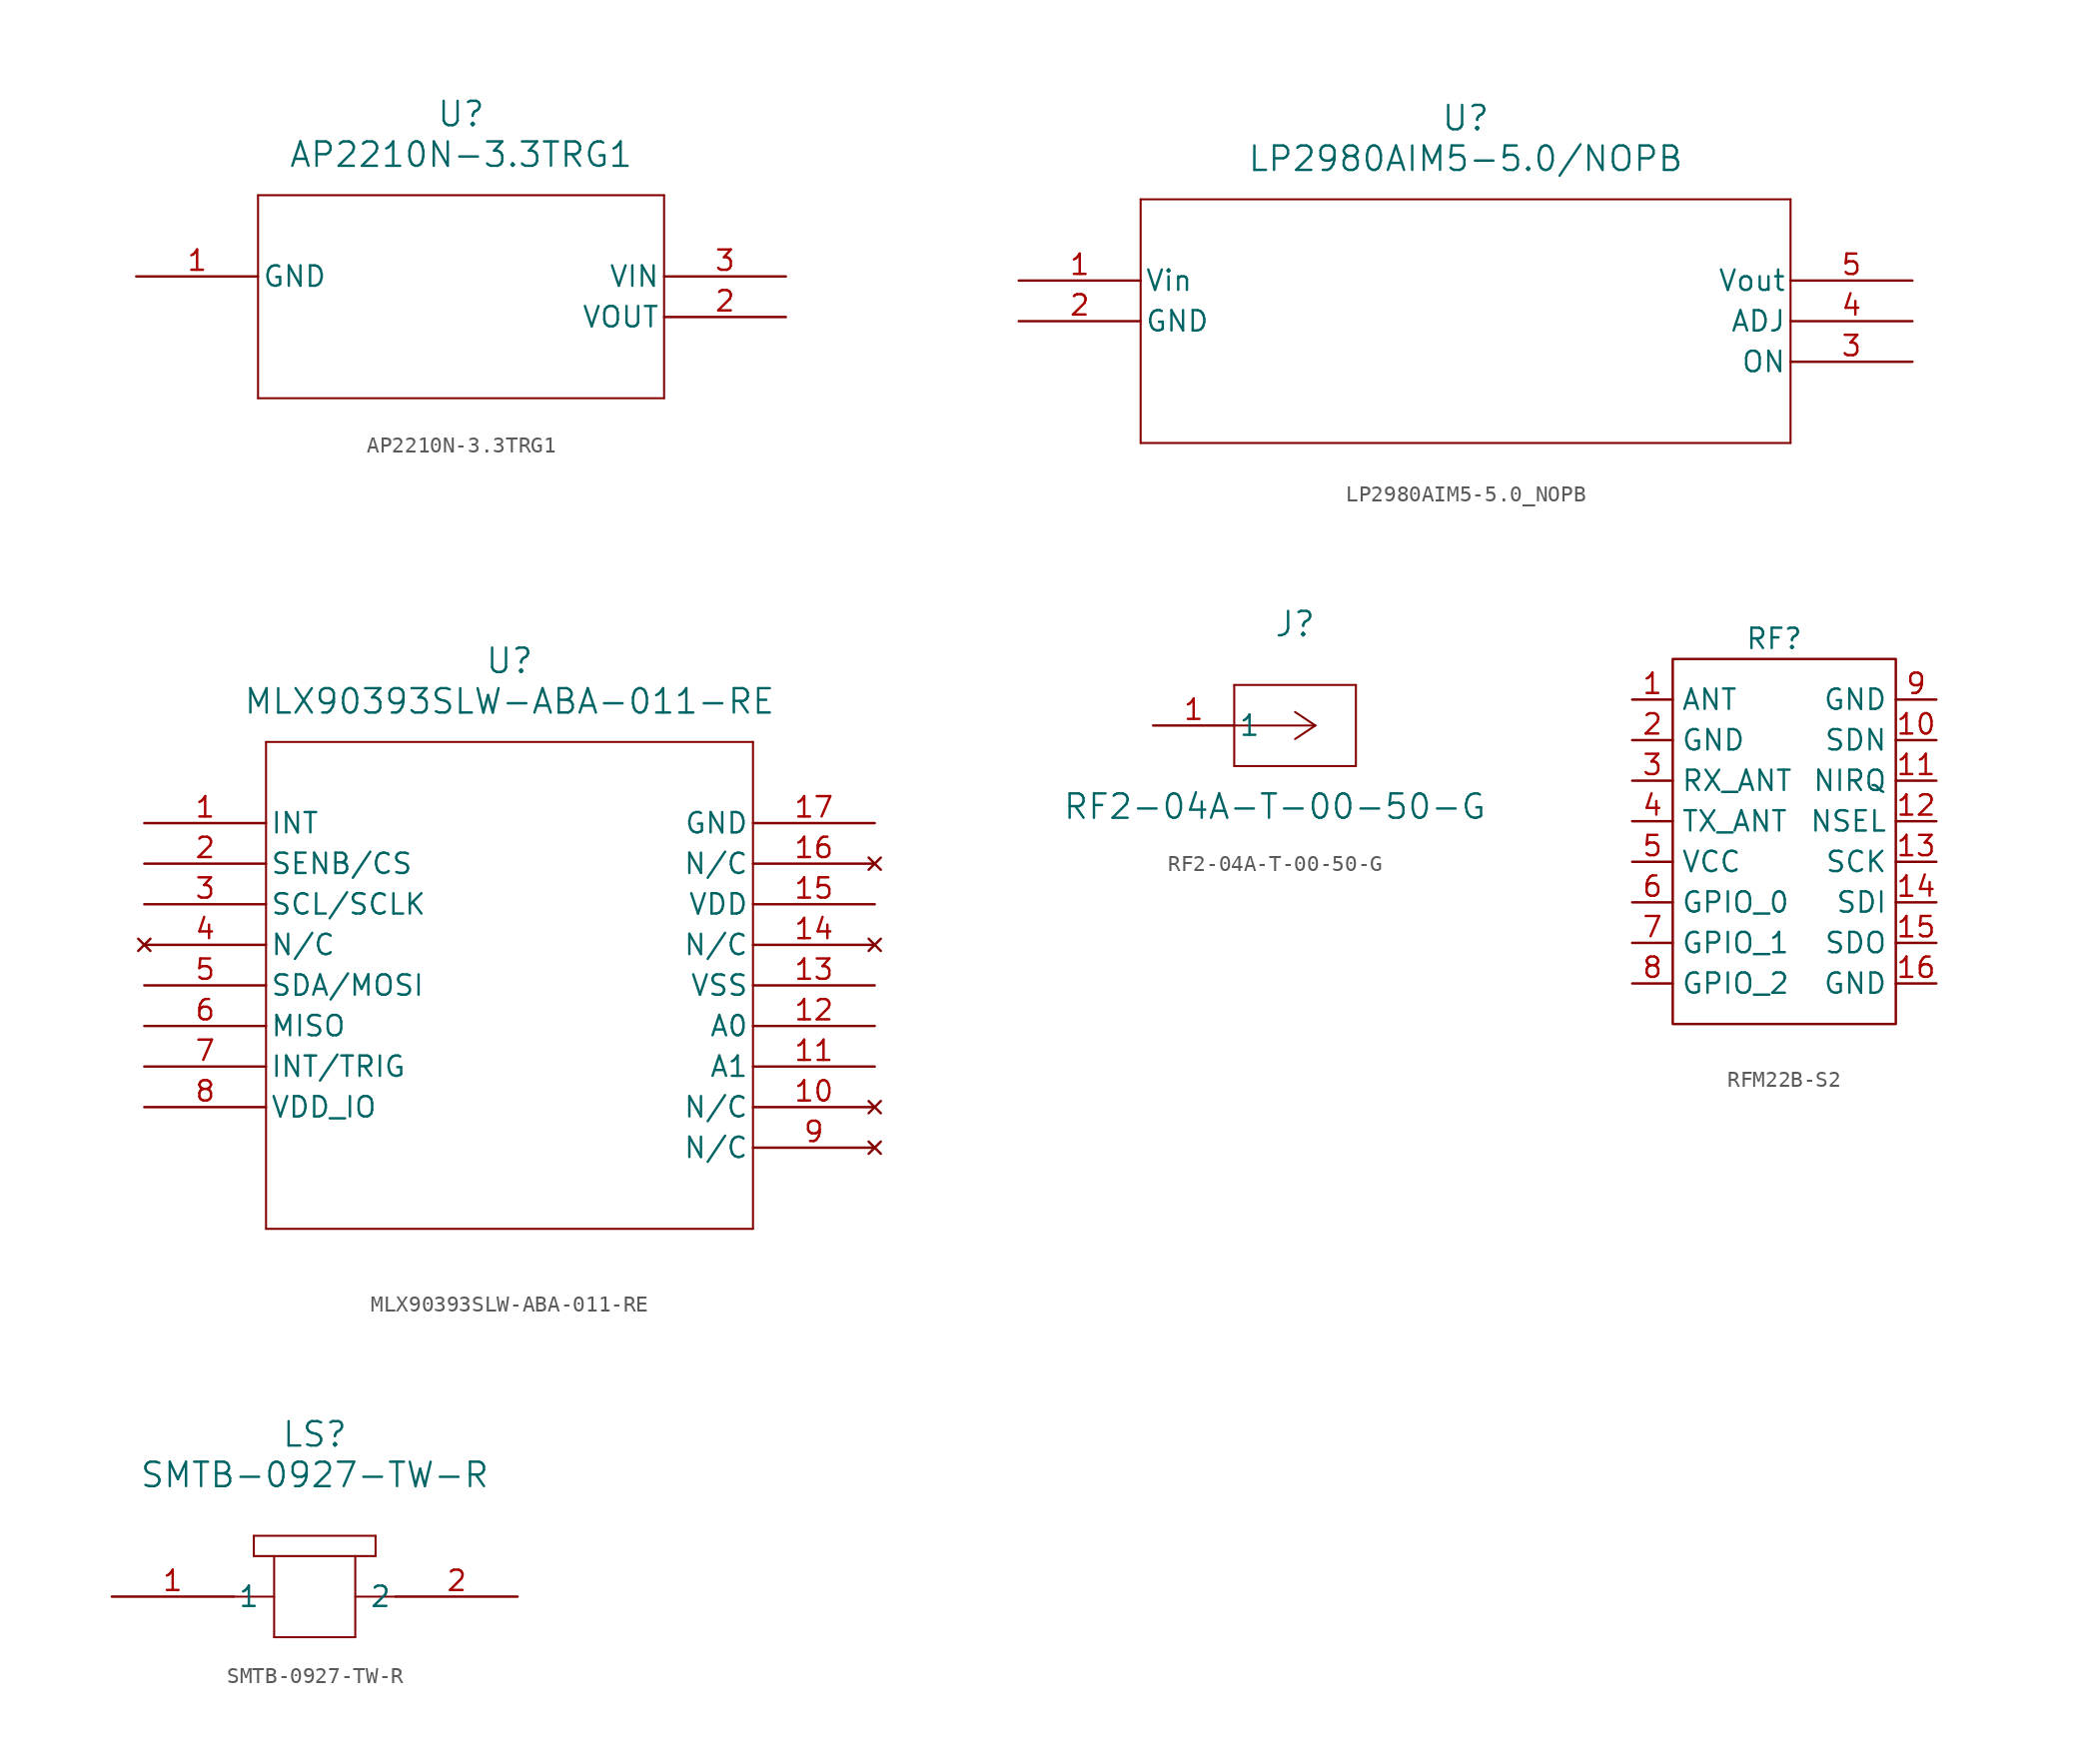
<source format=kicad_sym>
(kicad_symbol_lib
  (version 20220914)
  (generator kicad_symbol_editor)
  (symbol "AP2210N-3.3TRG1"
    (pin_names
      (offset 0.254))
    (property "Reference" "U"
      (at 20.32 10.16 0)
      (effects (font (size 1.524 1.524))))
    (property "Value" "AP2210N-3.3TRG1"
      (at 20.32 7.62 0)
      (effects (font (size 1.524 1.524))))
    (symbol "AP2210N-3.3TRG1_1_1"
      (polyline (pts (xy 7.62 -7.62) (xy 33.02 -7.62)) (stroke (width 0.127) (type default)) (fill (type none)))
      (polyline (pts (xy 7.62 5.08) (xy 7.62 -7.62)) (stroke (width 0.127) (type default)) (fill (type none)))
      (polyline (pts (xy 33.02 -7.62) (xy 33.02 5.08)) (stroke (width 0.127) (type default)) (fill (type none)))
      (polyline (pts (xy 33.02 5.08) (xy 7.62 5.08)) (stroke (width 0.127) (type default)) (fill (type none)))
      (pin power_out line (at 0 0 0) (length 7.62) (name "GND" (effects (font (size 1.27 1.27)))) (number "1" (effects (font (size 1.27 1.27)))))
      (pin output line (at 40.64 -2.54 180) (length 7.62) (name "VOUT" (effects (font (size 1.27 1.27)))) (number "2" (effects (font (size 1.27 1.27)))))
      (pin unspecified line (at 40.64 0 180) (length 7.62) (name "VIN" (effects (font (size 1.27 1.27)))) (number "3" (effects (font (size 1.27 1.27)))))))
  (symbol "LP2980AIM5-5.0_NOPB"
    (pin_names
      (offset 0.254))
    (property "Reference" "U"
      (at 27.94 10.16 0)
      (effects (font (size 1.524 1.524))))
    (property "Value" "LP2980AIM5-5.0/NOPB"
      (at 27.94 7.62 0)
      (effects (font (size 1.524 1.524))))
    (property "ki_locked" ""
      (at 0 0 0)
      (effects (font (size 1.27 1.27))))
    (symbol "LP2980AIM5-5.0_NOPB_1_1"
      (polyline (pts (xy 7.62 -10.16) (xy 48.26 -10.16)) (stroke (width 0.127) (type default)) (fill (type none)))
      (polyline (pts (xy 7.62 5.08) (xy 7.62 -10.16)) (stroke (width 0.127) (type default)) (fill (type none)))
      (polyline (pts (xy 48.26 -10.16) (xy 48.26 5.08)) (stroke (width 0.127) (type default)) (fill (type none)))
      (polyline (pts (xy 48.26 5.08) (xy 7.62 5.08)) (stroke (width 0.127) (type default)) (fill (type none)))
      (pin input line (at 0 0 0) (length 7.62) (name "Vin" (effects (font (size 1.27 1.27)))) (number "1" (effects (font (size 1.27 1.27)))))
      (pin passive line (at 0 -2.54 0) (length 7.62) (name "GND" (effects (font (size 1.27 1.27)))) (number "2" (effects (font (size 1.27 1.27)))))
      (pin passive line (at 55.88 -5.08 180) (length 7.62) (name "ON" (effects (font (size 1.27 1.27)))) (number "3" (effects (font (size 1.27 1.27)))))
      (pin passive line (at 55.88 -2.54 180) (length 7.62) (name "ADJ" (effects (font (size 1.27 1.27)))) (number "4" (effects (font (size 1.27 1.27)))))
      (pin output line (at 55.88 0 180) (length 7.62) (name "Vout" (effects (font (size 1.27 1.27)))) (number "5" (effects (font (size 1.27 1.27)))))))
  (symbol "MLX90393SLW-ABA-011-RE"
    (pin_names
      (offset 0.254))
    (property "Reference" "U"
      (at 22.86 10.16 0)
      (effects (font (size 1.524 1.524))))
    (property "Value" "MLX90393SLW-ABA-011-RE"
      (at 22.86 7.62 0)
      (effects (font (size 1.524 1.524))))
    (symbol "MLX90393SLW-ABA-011-RE_1_1"
      (polyline (pts (xy 7.62 -25.4) (xy 38.1 -25.4)) (stroke (width 0.127) (type default)) (fill (type none)))
      (polyline (pts (xy 7.62 5.08) (xy 7.62 -25.4)) (stroke (width 0.127) (type default)) (fill (type none)))
      (polyline (pts (xy 38.1 -25.4) (xy 38.1 5.08)) (stroke (width 0.127) (type default)) (fill (type none)))
      (polyline (pts (xy 38.1 5.08) (xy 7.62 5.08)) (stroke (width 0.127) (type default)) (fill (type none)))
      (pin output line (at 0 0 0) (length 7.62) (name "INT" (effects (font (size 1.27 1.27)))) (number "1" (effects (font (size 1.27 1.27)))))
      (pin no_connect line (at 45.72 -17.78 180) (length 7.62) (name "N/C" (effects (font (size 1.27 1.27)))) (number "10" (effects (font (size 1.27 1.27)))))
      (pin input line (at 45.72 -15.24 180) (length 7.62) (name "A1" (effects (font (size 1.27 1.27)))) (number "11" (effects (font (size 1.27 1.27)))))
      (pin input line (at 45.72 -12.7 180) (length 7.62) (name "A0" (effects (font (size 1.27 1.27)))) (number "12" (effects (font (size 1.27 1.27)))))
      (pin power_out line (at 45.72 -10.16 180) (length 7.62) (name "VSS" (effects (font (size 1.27 1.27)))) (number "13" (effects (font (size 1.27 1.27)))))
      (pin no_connect line (at 45.72 -7.62 180) (length 7.62) (name "N/C" (effects (font (size 1.27 1.27)))) (number "14" (effects (font (size 1.27 1.27)))))
      (pin power_in line (at 45.72 -5.08 180) (length 7.62) (name "VDD" (effects (font (size 1.27 1.27)))) (number "15" (effects (font (size 1.27 1.27)))))
      (pin no_connect line (at 45.72 -2.54 180) (length 7.62) (name "N/C" (effects (font (size 1.27 1.27)))) (number "16" (effects (font (size 1.27 1.27)))))
      (pin power_out line (at 45.72 0 180) (length 7.62) (name "GND" (effects (font (size 1.27 1.27)))) (number "17" (effects (font (size 1.27 1.27)))))
      (pin input line (at 0 -2.54 0) (length 7.62) (name "SENB/CS" (effects (font (size 1.27 1.27)))) (number "2" (effects (font (size 1.27 1.27)))))
      (pin input line (at 0 -5.08 0) (length 7.62) (name "SCL/SCLK" (effects (font (size 1.27 1.27)))) (number "3" (effects (font (size 1.27 1.27)))))
      (pin no_connect line (at 0 -7.62 0) (length 7.62) (name "N/C" (effects (font (size 1.27 1.27)))) (number "4" (effects (font (size 1.27 1.27)))))
      (pin bidirectional line (at 0 -10.16 0) (length 7.62) (name "SDA/MOSI" (effects (font (size 1.27 1.27)))) (number "5" (effects (font (size 1.27 1.27)))))
      (pin output line (at 0 -12.7 0) (length 7.62) (name "MISO" (effects (font (size 1.27 1.27)))) (number "6" (effects (font (size 1.27 1.27)))))
      (pin bidirectional line (at 0 -15.24 0) (length 7.62) (name "INT/TRIG" (effects (font (size 1.27 1.27)))) (number "7" (effects (font (size 1.27 1.27)))))
      (pin power_in line (at 0 -17.78 0) (length 7.62) (name "VDD_IO" (effects (font (size 1.27 1.27)))) (number "8" (effects (font (size 1.27 1.27)))))
      (pin no_connect line (at 45.72 -20.32 180) (length 7.62) (name "N/C" (effects (font (size 1.27 1.27)))) (number "9" (effects (font (size 1.27 1.27)))))))
  (symbol "RF2-04A-T-00-50-G"
    (pin_names
      (offset 0.254))
    (property "Reference" "J"
      (at 8.89 6.35 0)
      (effects (font (size 1.524 1.524))))
    (property "Value" "RF2-04A-T-00-50-G"
      (at 7.62 -5.08 0)
      (effects (font (size 1.524 1.524))))
    (symbol "RF2-04A-T-00-50-G_1_1"
      (polyline (pts (xy 5.08 -2.54) (xy 12.7 -2.54)) (stroke (width 0.127) (type default)) (fill (type none)))
      (polyline (pts (xy 5.08 2.54) (xy 5.08 -2.54)) (stroke (width 0.127) (type default)) (fill (type none)))
      (polyline (pts (xy 10.16 0) (xy 5.08 0)) (stroke (width 0.127) (type default)) (fill (type none)))
      (polyline (pts (xy 10.16 0) (xy 8.89 -0.847)) (stroke (width 0.127) (type default)) (fill (type none)))
      (polyline (pts (xy 10.16 0) (xy 8.89 0.847)) (stroke (width 0.127) (type default)) (fill (type none)))
      (polyline (pts (xy 12.7 -2.54) (xy 12.7 2.54)) (stroke (width 0.127) (type default)) (fill (type none)))
      (polyline (pts (xy 12.7 2.54) (xy 5.08 2.54)) (stroke (width 0.127) (type default)) (fill (type none)))
      (pin unspecified line (at 0 0 0) (length 5.08) (name "1" (effects (font (size 1.27 1.27)))) (number "1" (effects (font (size 1.27 1.27)))))))
  (symbol "RFM22B-S2"
    (property "Reference" "RF"
      (at -1.27 3.81 0)
      (effects (font (size 1.27 1.27))))
    (symbol "RFM22B-S2_0_0"
      (pin bidirectional line (at -10.16 0 0) (length 2.54) (name "ANT" (effects (font (size 1.27 1.27)))) (number "1" (effects (font (size 1.27 1.27)))))
      (pin input line (at 8.89 -2.54 180) (length 2.54) (name "SDN" (effects (font (size 1.27 1.27)))) (number "10" (effects (font (size 1.27 1.27)))))
      (pin bidirectional line (at 8.89 -5.08 180) (length 2.54) (name "NIRQ" (effects (font (size 1.27 1.27)))) (number "11" (effects (font (size 1.27 1.27)))))
      (pin input line (at 8.89 -7.62 180) (length 2.54) (name "NSEL" (effects (font (size 1.27 1.27)))) (number "12" (effects (font (size 1.27 1.27)))))
      (pin input line (at 8.89 -10.16 180) (length 2.54) (name "SCK" (effects (font (size 1.27 1.27)))) (number "13" (effects (font (size 1.27 1.27)))))
      (pin input line (at 8.89 -12.7 180) (length 2.54) (name "SDI" (effects (font (size 1.27 1.27)))) (number "14" (effects (font (size 1.27 1.27)))))
      (pin input line (at 8.89 -15.24 180) (length 2.54) (name "SDO" (effects (font (size 1.27 1.27)))) (number "15" (effects (font (size 1.27 1.27)))))
      (pin power_in line (at 8.89 -17.78 180) (length 2.54) (name "GND" (effects (font (size 1.27 1.27)))) (number "16" (effects (font (size 1.27 1.27)))))
      (pin power_in line (at -10.16 -2.54 0) (length 2.54) (name "GND" (effects (font (size 1.27 1.27)))) (number "2" (effects (font (size 1.27 1.27)))))
      (pin input line (at -10.16 -5.08 0) (length 2.54) (name "RX_ANT" (effects (font (size 1.27 1.27)))) (number "3" (effects (font (size 1.27 1.27)))))
      (pin output line (at -10.16 -7.62 0) (length 2.54) (name "TX_ANT" (effects (font (size 1.27 1.27)))) (number "4" (effects (font (size 1.27 1.27)))))
      (pin power_in line (at -10.16 -10.16 0) (length 2.54) (name "VCC" (effects (font (size 1.27 1.27)))) (number "5" (effects (font (size 1.27 1.27)))))
      (pin bidirectional line (at -10.16 -12.7 0) (length 2.54) (name "GPIO_0" (effects (font (size 1.27 1.27)))) (number "6" (effects (font (size 1.27 1.27)))))
      (pin bidirectional line (at -10.16 -15.24 0) (length 2.54) (name "GPIO_1" (effects (font (size 1.27 1.27)))) (number "7" (effects (font (size 1.27 1.27)))))
      (pin bidirectional line (at -10.16 -17.78 0) (length 2.54) (name "GPIO_2" (effects (font (size 1.27 1.27)))) (number "8" (effects (font (size 1.27 1.27)))))
      (pin power_in line (at 8.89 0 180) (length 2.54) (name "GND" (effects (font (size 1.27 1.27)))) (number "9" (effects (font (size 1.27 1.27))))))
    (symbol "RFM22B-S2_0_1"
      (rectangle (start -7.62 2.54) (end 6.35 -20.32) (stroke (width 0) (type default)) (fill (type none)))))
  (symbol "SMTB-0927-TW-R"
    (pin_names
      (offset 0.254))
    (property "Reference" "LS"
      (at 12.7 10.16 0)
      (effects (font (size 1.524 1.524))))
    (property "Value" "SMTB-0927-TW-R"
      (at 12.7 7.62 0)
      (effects (font (size 1.524 1.524))))
    (symbol "SMTB-0927-TW-R_1_1"
      (polyline (pts (xy 7.62 0) (xy 10.16 0)) (stroke (width 0.127) (type default)) (fill (type none)))
      (polyline (pts (xy 8.89 3.81) (xy 8.89 2.54)) (stroke (width 0.127) (type default)) (fill (type none)))
      (polyline (pts (xy 8.89 3.81) (xy 16.51 3.81)) (stroke (width 0.127) (type default)) (fill (type none)))
      (polyline (pts (xy 10.16 -2.54) (xy 15.24 -2.54)) (stroke (width 0.127) (type default)) (fill (type none)))
      (polyline (pts (xy 10.16 2.54) (xy 10.16 -2.54)) (stroke (width 0.127) (type default)) (fill (type none)))
      (polyline (pts (xy 15.24 -2.54) (xy 15.24 2.54)) (stroke (width 0.127) (type default)) (fill (type none)))
      (polyline (pts (xy 16.51 2.54) (xy 8.89 2.54)) (stroke (width 0.127) (type default)) (fill (type none)))
      (polyline (pts (xy 16.51 3.81) (xy 16.51 2.54)) (stroke (width 0.127) (type default)) (fill (type none)))
      (polyline (pts (xy 17.78 0) (xy 15.24 0)) (stroke (width 0.127) (type default)) (fill (type none)))
      (pin unspecified line (at 0 0 0) (length 7.62) (name "1" (effects (font (size 1.27 1.27)))) (number "1" (effects (font (size 1.27 1.27)))))
      (pin unspecified line (at 25.4 0 180) (length 7.62) (name "2" (effects (font (size 1.27 1.27)))) (number "2" (effects (font (size 1.27 1.27))))))))
</source>
